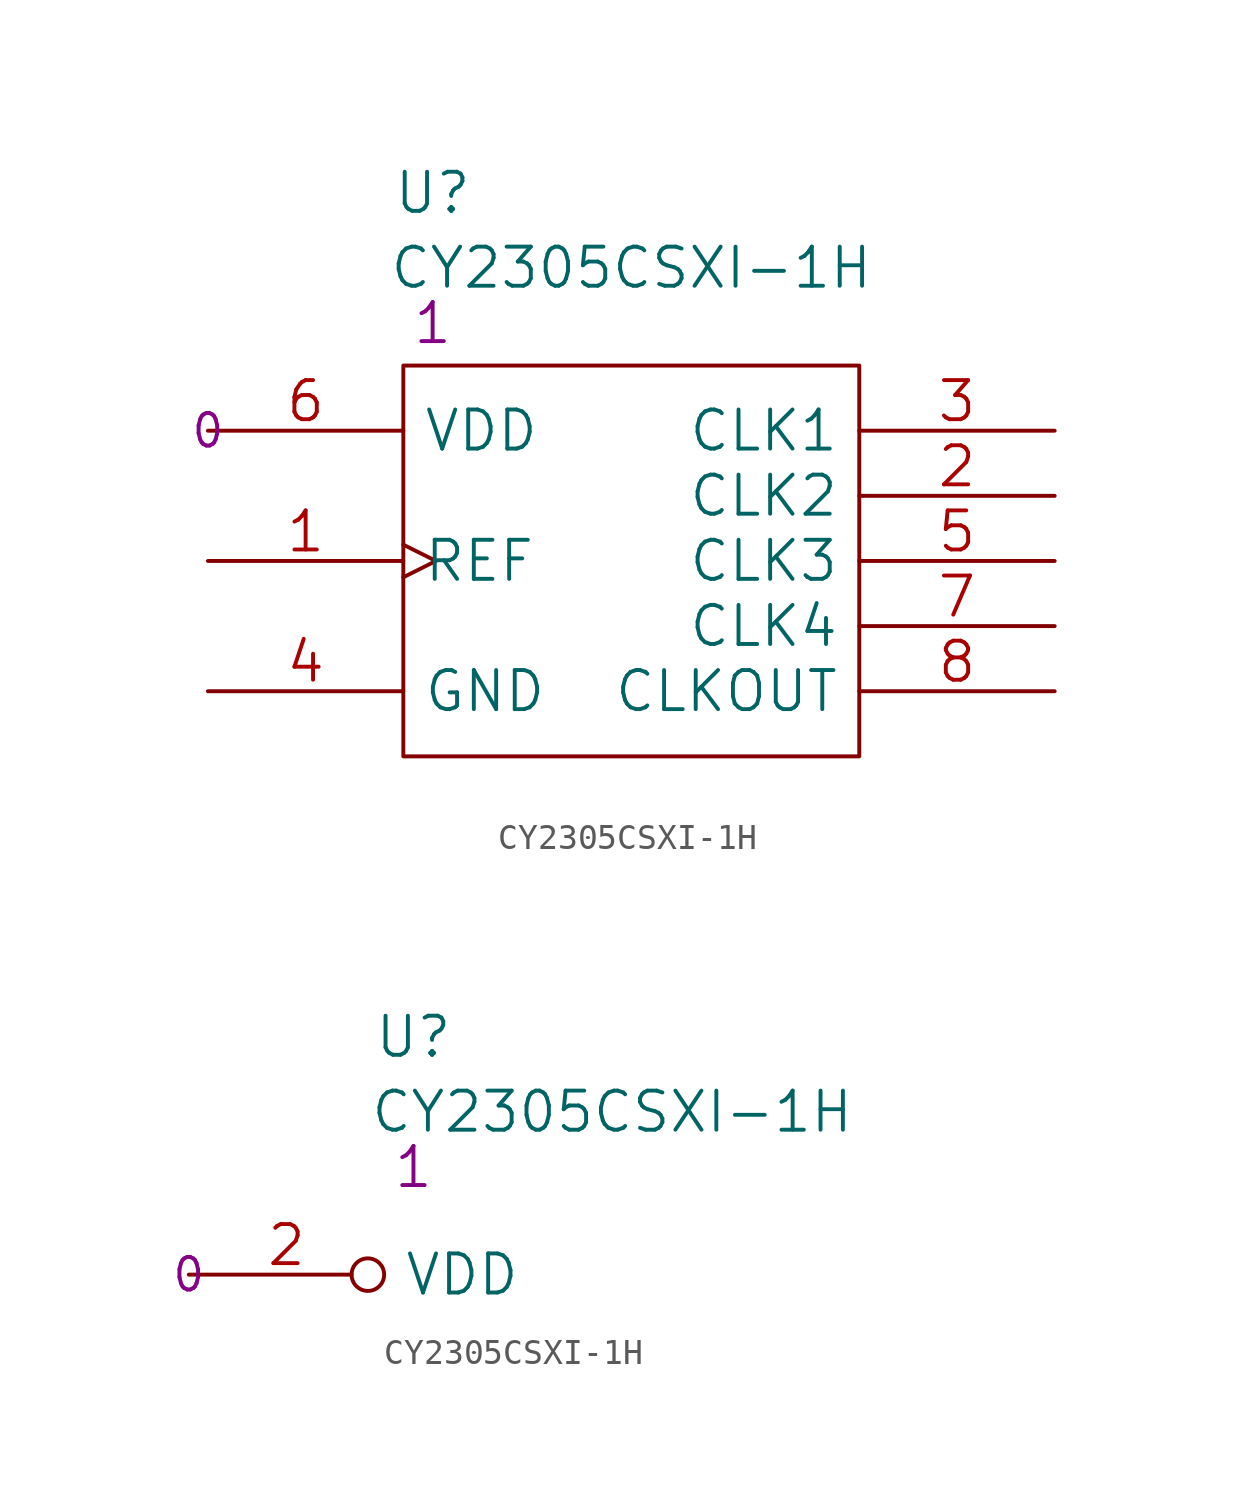
<source format=kicad_sym>
(kicad_symbol_lib
  (version 20211014)
  (generator kicad_symbol_editor)
  (symbol "CY2305CSXI-1H"
    (pin_names
      (offset 0.762))
    (property "Reference" "U"
      (at 8.763 9.271 0)
      (effects (font (size 1.524 1.524))))
    (property "Value" "CY2305CSXI-1H"
      (at 16.51 6.35 0)
      (effects (font (size 1.524 1.524))))
    (property "Qty" "1"
      (at 8.763 4.191 0)
      (effects (font (size 1.524 1.524))))
    (property "Height" "0"
      (at 0 0 0)
      (effects (font (size 1.27 1.27))))
    (symbol "CY2305CSXI-1H_0_1"
      (rectangle (start 7.62 2.54) (end 25.4 -12.7) (stroke (width 0) (type default) (color 0 0 0 0)) (fill (type none))))
    (symbol "CY2305CSXI-1H_1_1"
      (pin input clock (at 0 -5.08 0) (length 7.62) (name "REF" (effects (font (size 1.524 1.524)))) (number "1" (effects (font (size 1.524 1.524)))))
      (pin output line (at 33.02 -2.54 180) (length 7.62) (name "CLK2" (effects (font (size 1.524 1.524)))) (number "2" (effects (font (size 1.524 1.524)))))
      (pin output line (at 33.02 0 180) (length 7.62) (name "CLK1" (effects (font (size 1.524 1.524)))) (number "3" (effects (font (size 1.524 1.524)))))
      (pin power_in line (at 0 -10.16 0) (length 7.62) (name "GND" (effects (font (size 1.524 1.524)))) (number "4" (effects (font (size 1.524 1.524)))))
      (pin output line (at 33.02 -5.08 180) (length 7.62) (name "CLK3" (effects (font (size 1.524 1.524)))) (number "5" (effects (font (size 1.524 1.524)))))
      (pin power_in line (at 0 0 0) (length 7.62) (name "VDD" (effects (font (size 1.524 1.524)))) (number "6" (effects (font (size 1.524 1.524)))))
      (pin output line (at 33.02 -7.62 180) (length 7.62) (name "CLK4" (effects (font (size 1.524 1.524)))) (number "7" (effects (font (size 1.524 1.524)))))
      (pin output line (at 33.02 -10.16 180) (length 7.62) (name "CLKOUT" (effects (font (size 1.524 1.524)))) (number "8" (effects (font (size 1.524 1.524))))))
    (symbol "CY2305CSXI-1H_1_2"
      (pin power_in inverted (at 0 0 0) (length 7.62) (name "VDD" (effects (font (size 1.524 1.524)))) (number "2" (effects (font (size 1.524 1.524))))))))
</source>
